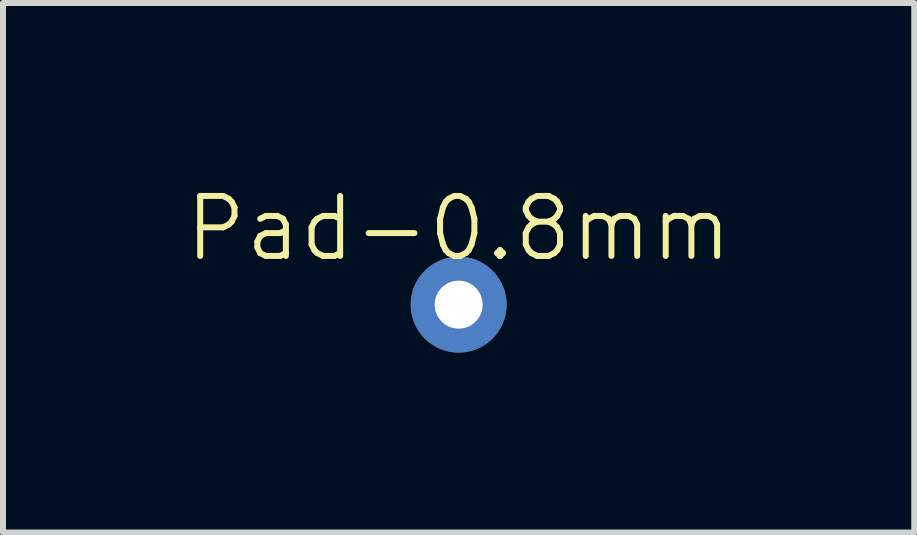
<source format=kicad_pcb>
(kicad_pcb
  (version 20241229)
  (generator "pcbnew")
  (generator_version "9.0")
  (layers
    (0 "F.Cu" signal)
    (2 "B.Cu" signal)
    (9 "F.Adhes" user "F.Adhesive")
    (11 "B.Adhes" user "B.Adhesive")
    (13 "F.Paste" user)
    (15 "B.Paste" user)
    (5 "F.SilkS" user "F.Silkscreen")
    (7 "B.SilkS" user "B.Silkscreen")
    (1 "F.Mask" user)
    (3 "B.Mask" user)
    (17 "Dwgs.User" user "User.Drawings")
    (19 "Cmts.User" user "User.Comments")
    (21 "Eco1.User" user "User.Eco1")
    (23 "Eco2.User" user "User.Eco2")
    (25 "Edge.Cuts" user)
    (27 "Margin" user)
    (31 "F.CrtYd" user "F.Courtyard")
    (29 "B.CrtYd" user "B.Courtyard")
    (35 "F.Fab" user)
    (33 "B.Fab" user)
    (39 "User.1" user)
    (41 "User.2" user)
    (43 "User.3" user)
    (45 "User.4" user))
  (footprint "Pad-0.8mm"
    (layer "F.Cu")
    (at 4.598 2.03)
    (property "Reference" "Pad-0.8mm" (at 0 -1.27 0) (unlocked yes) (layer "F.SilkS") (effects (font (size 1 1) (thickness 0.1))))
    (attr through_hole)
    (pad "" thru_hole circle (at 0 0) (size 1.6 1.6) (drill 0.8) (layers "*.Cu" "*.Mask")))
  (gr_rect
    (start -3 -3)
    (end 12.195 5.83)
    (stroke (width 0.1) (type default))
    (fill no)
    (layer "Edge.Cuts")))
</source>
